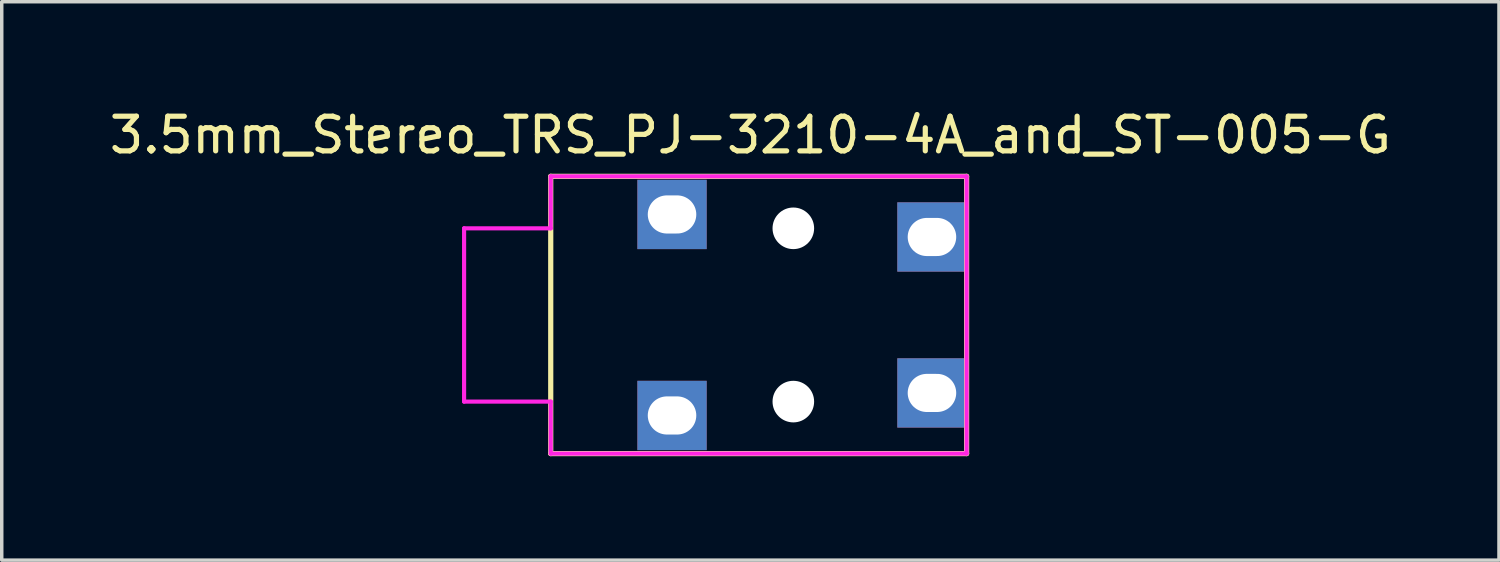
<source format=kicad_pcb>
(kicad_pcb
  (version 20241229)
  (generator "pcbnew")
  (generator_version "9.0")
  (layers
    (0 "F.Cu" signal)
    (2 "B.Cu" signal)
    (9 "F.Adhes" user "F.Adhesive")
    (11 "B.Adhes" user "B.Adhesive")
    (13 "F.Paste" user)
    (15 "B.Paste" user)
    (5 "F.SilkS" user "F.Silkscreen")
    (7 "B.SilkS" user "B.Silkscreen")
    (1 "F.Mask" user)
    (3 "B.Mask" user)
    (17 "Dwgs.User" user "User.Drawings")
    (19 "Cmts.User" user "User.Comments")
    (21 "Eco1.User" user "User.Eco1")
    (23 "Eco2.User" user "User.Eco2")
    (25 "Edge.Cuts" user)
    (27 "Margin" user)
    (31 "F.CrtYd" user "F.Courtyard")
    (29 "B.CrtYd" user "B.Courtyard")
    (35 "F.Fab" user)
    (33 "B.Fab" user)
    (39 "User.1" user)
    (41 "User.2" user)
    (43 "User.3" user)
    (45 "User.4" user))
  (footprint "3.5mm_Stereo_TRS_PJ-3210-4A_and_ST-005-G"
    (layer "F.Cu")
    (at 12.841 6.038)
    (property "Reference" "3.5mm_Stereo_TRS_PJ-3210-4A_and_ST-005-G" (at 5.76 -5.19 0) (layer "F.SilkS") (effects (font (size 1 1) (thickness 0.15))))
    (attr through_hole)
    (fp_line (start 0 -4) (end 0 4) (stroke (width 0.15) (type solid)) (layer "F.SilkS"))
    (fp_line (start 0 -4) (end 12 -4) (stroke (width 0.15) (type solid)) (layer "F.SilkS"))
    (fp_line (start 12 -4) (end 12 4) (stroke (width 0.15) (type solid)) (layer "F.SilkS"))
    (fp_line (start 12 4) (end 0 4) (stroke (width 0.15) (type solid)) (layer "F.SilkS"))
    (fp_line (start -2.5 -2.5) (end -2.5 2.5) (stroke (width 0.12) (type solid)) (layer "F.CrtYd"))
    (fp_line (start 0 -4) (end 12 -4) (stroke (width 0.12) (type solid)) (layer "F.CrtYd"))
    (fp_line (start 0 -2.5) (end -2.5 -2.5) (stroke (width 0.12) (type solid)) (layer "F.CrtYd"))
    (fp_line (start 0 -2.5) (end 0 -4) (stroke (width 0.12) (type solid)) (layer "F.CrtYd"))
    (fp_line (start 0 2.5) (end -2.5 2.5) (stroke (width 0.12) (type solid)) (layer "F.CrtYd"))
    (fp_line (start 0 4) (end 0 2.5) (stroke (width 0.12) (type solid)) (layer "F.CrtYd"))
    (fp_line (start 12 -4) (end 12 4) (stroke (width 0.12) (type solid)) (layer "F.CrtYd"))
    (fp_line (start 12 4) (end 0 4) (stroke (width 0.12) (type solid)) (layer "F.CrtYd"))
    (pad "" np_thru_hole circle (at 7 -2.5) (size 1.2 1.2) (drill 1.2) (layers "*.Cu" "*.Mask"))
    (pad "" np_thru_hole circle (at 7 2.5) (size 1.2 1.2) (drill 1.2) (layers "*.Cu" "*.Mask"))
    (pad "R" thru_hole rect (at 11 -2.25) (size 2 2) (drill oval 1.4 1.1) (layers "*.Cu" "*.Mask"))
    (pad "S" thru_hole rect (at 11 2.25) (size 2 2) (drill oval 1.4 1.1) (layers "*.Cu" "*.Mask"))
    (pad "T" thru_hole rect (at 3.5 -2.9) (size 2 2) (drill oval 1.4 1.1) (layers "*.Cu" "*.Mask"))
    (pad "T" thru_hole rect (at 3.5 2.9) (size 2 2) (drill oval 1.4 1.1) (layers "*.Cu" "*.Mask")))
  (gr_rect
    (start -3 -3)
    (end 40.202 13.113)
    (stroke (width 0.1) (type default))
    (fill no)
    (layer "Edge.Cuts")))
</source>
